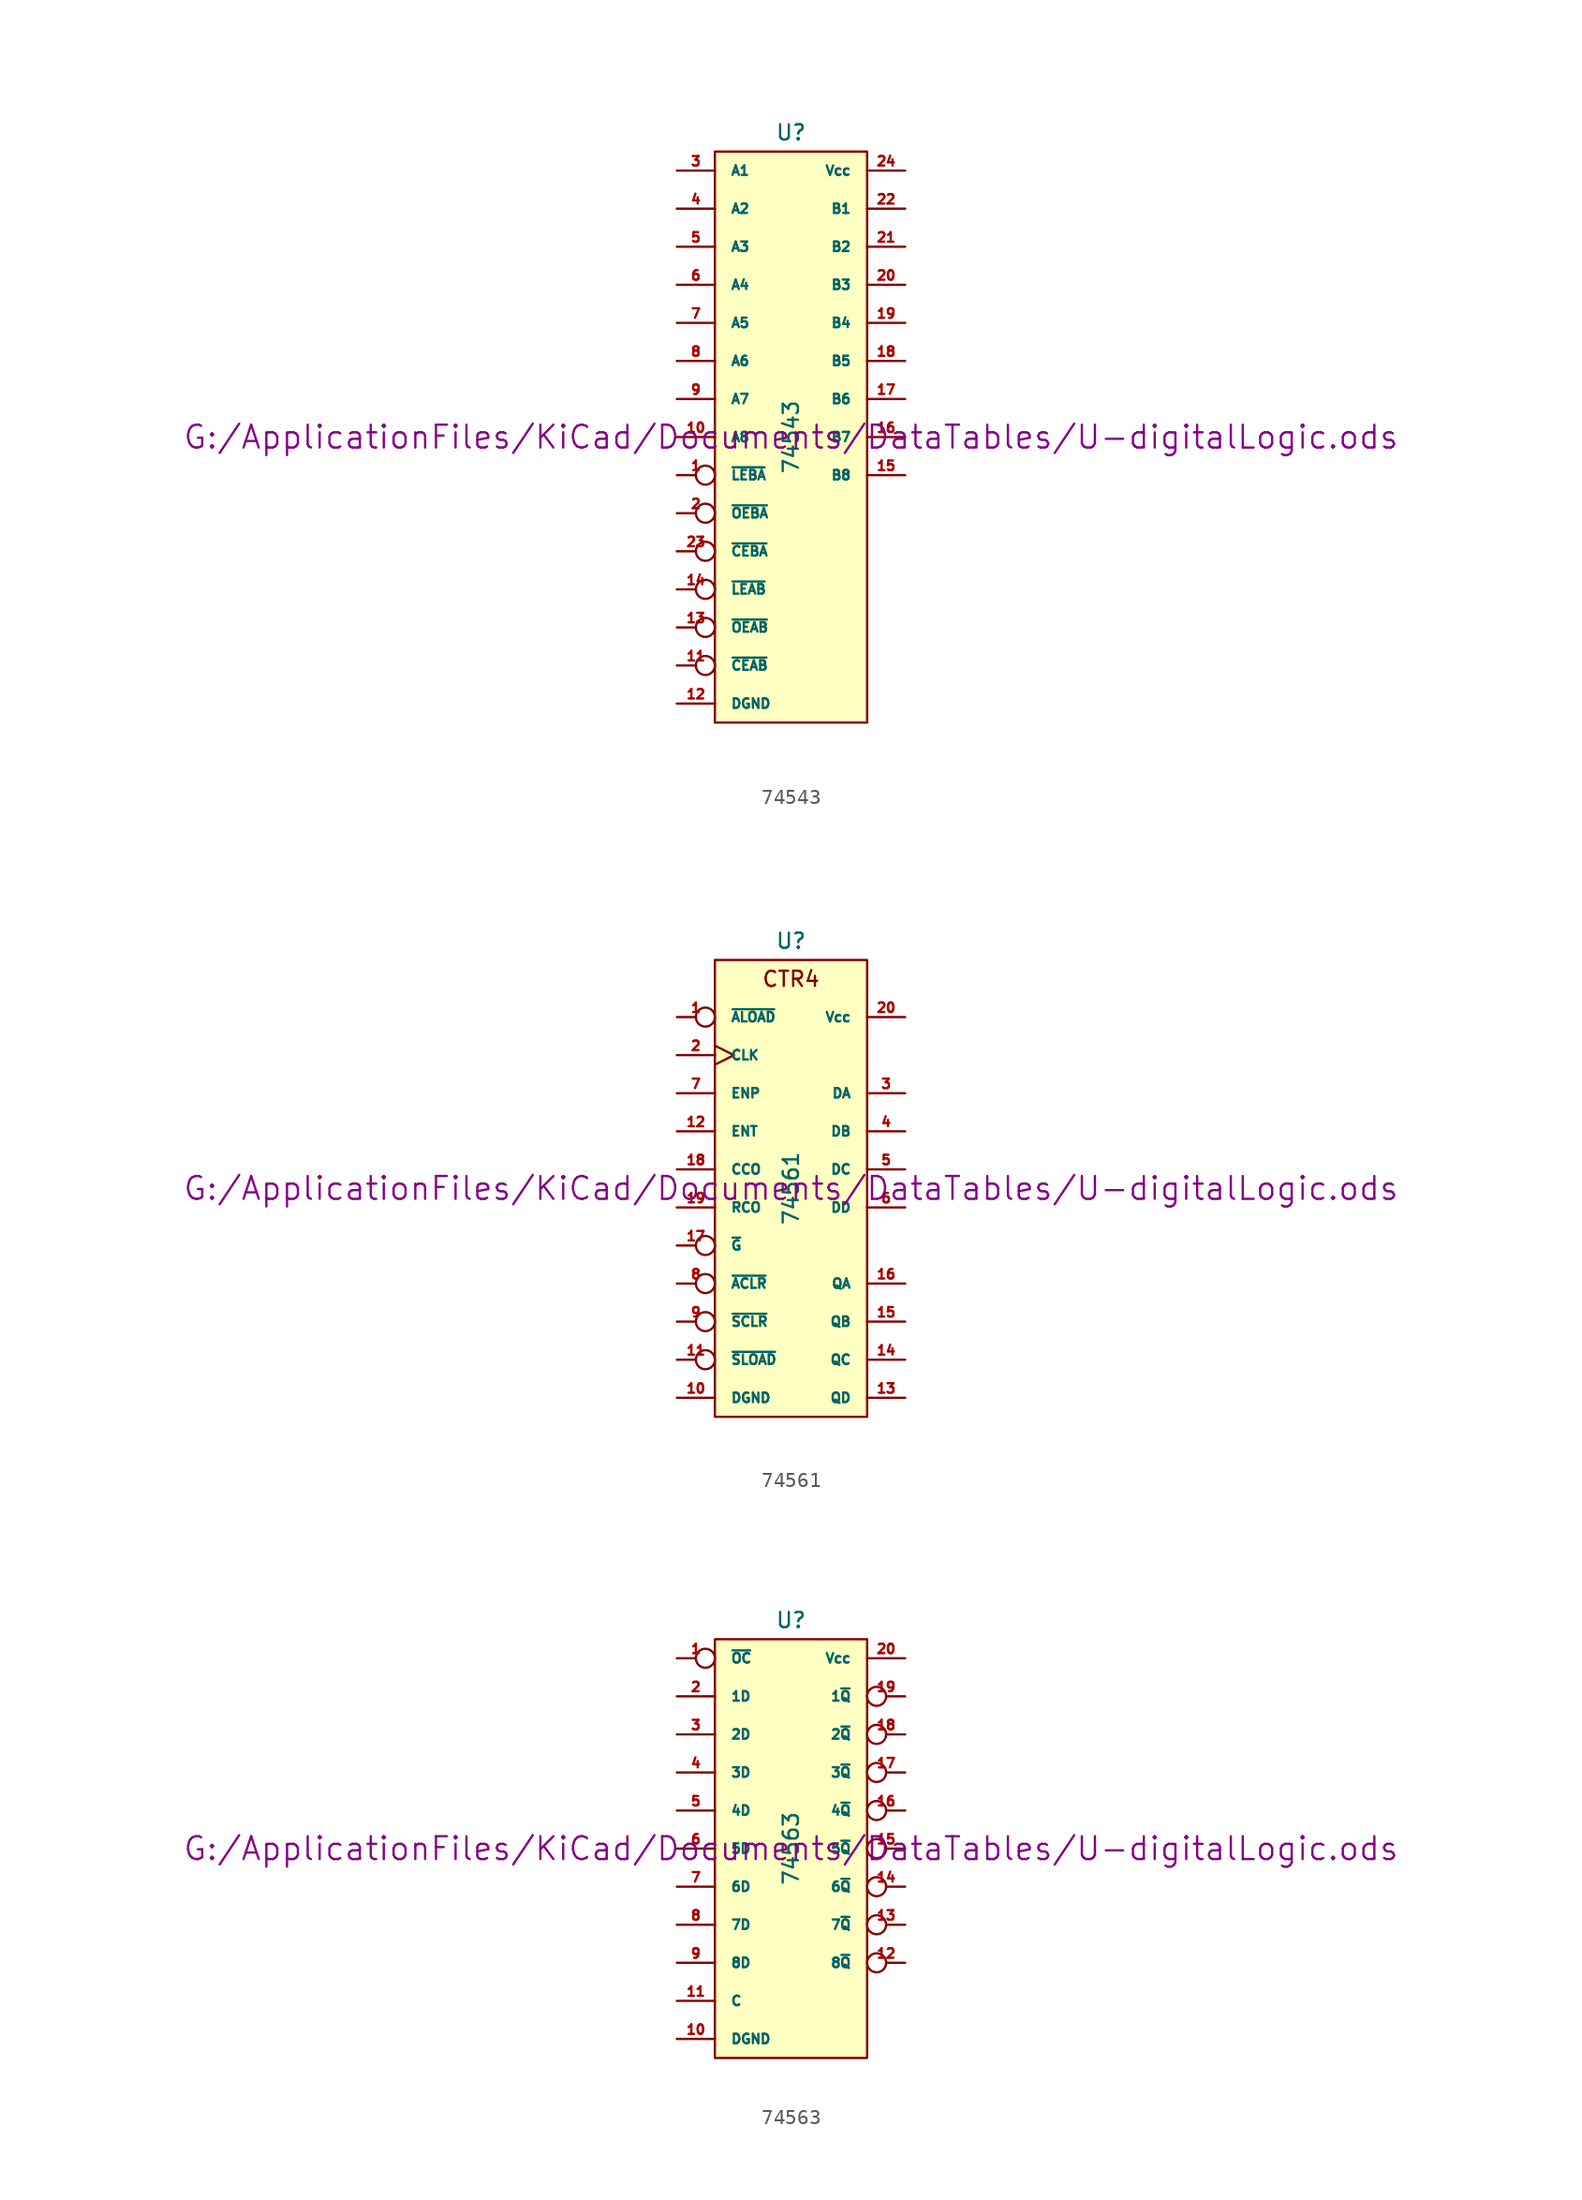
<source format=kicad_sym>
(kicad_symbol_lib
  (version 20211014)
  (generator kicad_symbol_editor)
  (symbol "74543"
    (pin_names
      (offset 1.016))
    (property "Reference" "U"
      (at 0 20.32 0)
      (effects (font (size 1.016 1.016))))
    (property "Value" "74543"
      (at 0 0 90)
      (effects (font (size 1.016 1.016))))
    (property "Footprint" ""
      (at 0 0 0)
      (effects (font (size 1.524 1.524))))
    (property "Datasheet" "G:/ApplicationFiles/KiCad/Documents/DataTables/U-digitalLogic.ods"
      (at 0 0 0)
      (effects (font (size 1.524 1.524))))
    (symbol "74543_0_1"
      (rectangle (start -5.08 19.05) (end 5.08 -19.05) (stroke (width 0) (type default) (color 0 0 0 0)) (fill (type background))))
    (symbol "74543_1_1"
      (pin input inverted (at -7.62 -2.54 0) (length 2.54) (name "~{LEBA}" (effects (font (size 0.635 0.635)))) (number "1" (effects (font (size 0.635 0.635)))))
      (pin tri_state line (at -7.62 0 0) (length 2.54) (name "A8" (effects (font (size 0.635 0.635)))) (number "10" (effects (font (size 0.635 0.635)))))
      (pin input inverted (at -7.62 -15.24 0) (length 2.54) (name "~{CEAB}" (effects (font (size 0.635 0.635)))) (number "11" (effects (font (size 0.635 0.635)))))
      (pin power_in line (at -7.62 -17.78 0) (length 2.54) (name "DGND" (effects (font (size 0.635 0.635)))) (number "12" (effects (font (size 0.635 0.635)))))
      (pin input inverted (at -7.62 -12.7 0) (length 2.54) (name "~{OEAB}" (effects (font (size 0.635 0.635)))) (number "13" (effects (font (size 0.635 0.635)))))
      (pin input inverted (at -7.62 -10.16 0) (length 2.54) (name "~{LEAB}" (effects (font (size 0.635 0.635)))) (number "14" (effects (font (size 0.635 0.635)))))
      (pin tri_state line (at 7.62 -2.54 180) (length 2.54) (name "B8" (effects (font (size 0.635 0.635)))) (number "15" (effects (font (size 0.635 0.635)))))
      (pin tri_state line (at 7.62 0 180) (length 2.54) (name "B7" (effects (font (size 0.635 0.635)))) (number "16" (effects (font (size 0.635 0.635)))))
      (pin tri_state line (at 7.62 2.54 180) (length 2.54) (name "B6" (effects (font (size 0.635 0.635)))) (number "17" (effects (font (size 0.635 0.635)))))
      (pin tri_state line (at 7.62 5.08 180) (length 2.54) (name "B5" (effects (font (size 0.635 0.635)))) (number "18" (effects (font (size 0.635 0.635)))))
      (pin tri_state line (at 7.62 7.62 180) (length 2.54) (name "B4" (effects (font (size 0.635 0.635)))) (number "19" (effects (font (size 0.635 0.635)))))
      (pin input inverted (at -7.62 -5.08 0) (length 2.54) (name "~{OEBA}" (effects (font (size 0.635 0.635)))) (number "2" (effects (font (size 0.635 0.635)))))
      (pin tri_state line (at 7.62 10.16 180) (length 2.54) (name "B3" (effects (font (size 0.635 0.635)))) (number "20" (effects (font (size 0.635 0.635)))))
      (pin tri_state line (at 7.62 12.7 180) (length 2.54) (name "B2" (effects (font (size 0.635 0.635)))) (number "21" (effects (font (size 0.635 0.635)))))
      (pin tri_state line (at 7.62 15.24 180) (length 2.54) (name "B1" (effects (font (size 0.635 0.635)))) (number "22" (effects (font (size 0.635 0.635)))))
      (pin input inverted (at -7.62 -7.62 0) (length 2.54) (name "~{CEBA}" (effects (font (size 0.635 0.635)))) (number "23" (effects (font (size 0.635 0.635)))))
      (pin power_in line (at 7.62 17.78 180) (length 2.54) (name "Vcc" (effects (font (size 0.635 0.635)))) (number "24" (effects (font (size 0.635 0.635)))))
      (pin tri_state line (at -7.62 17.78 0) (length 2.54) (name "A1" (effects (font (size 0.635 0.635)))) (number "3" (effects (font (size 0.635 0.635)))))
      (pin tri_state line (at -7.62 15.24 0) (length 2.54) (name "A2" (effects (font (size 0.635 0.635)))) (number "4" (effects (font (size 0.635 0.635)))))
      (pin tri_state line (at -7.62 12.7 0) (length 2.54) (name "A3" (effects (font (size 0.635 0.635)))) (number "5" (effects (font (size 0.635 0.635)))))
      (pin tri_state line (at -7.62 10.16 0) (length 2.54) (name "A4" (effects (font (size 0.635 0.635)))) (number "6" (effects (font (size 0.635 0.635)))))
      (pin tri_state line (at -7.62 7.62 0) (length 2.54) (name "A5" (effects (font (size 0.635 0.635)))) (number "7" (effects (font (size 0.635 0.635)))))
      (pin tri_state line (at -7.62 5.08 0) (length 2.54) (name "A6" (effects (font (size 0.635 0.635)))) (number "8" (effects (font (size 0.635 0.635)))))
      (pin tri_state line (at -7.62 2.54 0) (length 2.54) (name "A7" (effects (font (size 0.635 0.635)))) (number "9" (effects (font (size 0.635 0.635)))))))
  (symbol "74561"
    (pin_names
      (offset 1.016))
    (property "Reference" "U"
      (at 0 16.51 0)
      (effects (font (size 1.016 1.016))))
    (property "Value" "74561"
      (at 0 0 90)
      (effects (font (size 1.016 1.016))))
    (property "Footprint" ""
      (at 0 0 0)
      (effects (font (size 1.524 1.524))))
    (property "Datasheet" "G:/ApplicationFiles/KiCad/Documents/DataTables/U-digitalLogic.ods"
      (at 0 0 0)
      (effects (font (size 1.524 1.524))))
    (symbol "74561_0_0"
      (text "CTR4" (at 0 13.97 0) (effects (font (size 1.016 1.016)))))
    (symbol "74561_0_1"
      (rectangle (start -5.08 15.24) (end 5.08 -15.24) (stroke (width 0) (type default) (color 0 0 0 0)) (fill (type background))))
    (symbol "74561_1_1"
      (pin input inverted (at -7.62 11.43 0) (length 2.54) (name "~{ALOAD}" (effects (font (size 0.635 0.635)))) (number "1" (effects (font (size 0.635 0.635)))))
      (pin power_in line (at -7.62 -13.97 0) (length 2.54) (name "DGND" (effects (font (size 0.635 0.635)))) (number "10" (effects (font (size 0.635 0.635)))))
      (pin input inverted (at -7.62 -11.43 0) (length 2.54) (name "~{SLOAD}" (effects (font (size 0.635 0.635)))) (number "11" (effects (font (size 0.635 0.635)))))
      (pin input line (at -7.62 3.81 0) (length 2.54) (name "ENT" (effects (font (size 0.635 0.635)))) (number "12" (effects (font (size 0.635 0.635)))))
      (pin tri_state line (at 7.62 -13.97 180) (length 2.54) (name "QD" (effects (font (size 0.635 0.635)))) (number "13" (effects (font (size 0.635 0.635)))))
      (pin tri_state line (at 7.62 -11.43 180) (length 2.54) (name "QC" (effects (font (size 0.635 0.635)))) (number "14" (effects (font (size 0.635 0.635)))))
      (pin tri_state line (at 7.62 -8.89 180) (length 2.54) (name "QB" (effects (font (size 0.635 0.635)))) (number "15" (effects (font (size 0.635 0.635)))))
      (pin tri_state line (at 7.62 -6.35 180) (length 2.54) (name "QA" (effects (font (size 0.635 0.635)))) (number "16" (effects (font (size 0.635 0.635)))))
      (pin input inverted (at -7.62 -3.81 0) (length 2.54) (name "~{G}" (effects (font (size 0.635 0.635)))) (number "17" (effects (font (size 0.635 0.635)))))
      (pin input line (at -7.62 1.27 0) (length 2.54) (name "CCO" (effects (font (size 0.635 0.635)))) (number "18" (effects (font (size 0.635 0.635)))))
      (pin input line (at -7.62 -1.27 0) (length 2.54) (name "RCO" (effects (font (size 0.635 0.635)))) (number "19" (effects (font (size 0.635 0.635)))))
      (pin input clock (at -7.62 8.89 0) (length 2.54) (name "CLK" (effects (font (size 0.635 0.635)))) (number "2" (effects (font (size 0.635 0.635)))))
      (pin power_in line (at 7.62 11.43 180) (length 2.54) (name "Vcc" (effects (font (size 0.635 0.635)))) (number "20" (effects (font (size 0.635 0.635)))))
      (pin input line (at 7.62 6.35 180) (length 2.54) (name "DA" (effects (font (size 0.635 0.635)))) (number "3" (effects (font (size 0.635 0.635)))))
      (pin input line (at 7.62 3.81 180) (length 2.54) (name "DB" (effects (font (size 0.635 0.635)))) (number "4" (effects (font (size 0.635 0.635)))))
      (pin input line (at 7.62 1.27 180) (length 2.54) (name "DC" (effects (font (size 0.635 0.635)))) (number "5" (effects (font (size 0.635 0.635)))))
      (pin input line (at 7.62 -1.27 180) (length 2.54) (name "DD" (effects (font (size 0.635 0.635)))) (number "6" (effects (font (size 0.635 0.635)))))
      (pin input line (at -7.62 6.35 0) (length 2.54) (name "ENP" (effects (font (size 0.635 0.635)))) (number "7" (effects (font (size 0.635 0.635)))))
      (pin input inverted (at -7.62 -6.35 0) (length 2.54) (name "~{ACLR}" (effects (font (size 0.635 0.635)))) (number "8" (effects (font (size 0.635 0.635)))))
      (pin input inverted (at -7.62 -8.89 0) (length 2.54) (name "~{SCLR}" (effects (font (size 0.635 0.635)))) (number "9" (effects (font (size 0.635 0.635)))))))
  (symbol "74563"
    (pin_names
      (offset 1.016))
    (property "Reference" "U"
      (at 0 15.24 0)
      (effects (font (size 1.016 1.016))))
    (property "Value" "74563"
      (at 0 0 90)
      (effects (font (size 1.016 1.016))))
    (property "Footprint" ""
      (at 0 0 0)
      (effects (font (size 1.524 1.524))))
    (property "Datasheet" "G:/ApplicationFiles/KiCad/Documents/DataTables/U-digitalLogic.ods"
      (at 0 0 0)
      (effects (font (size 1.524 1.524))))
    (symbol "74563_0_1"
      (rectangle (start -5.08 13.97) (end 5.08 -13.97) (stroke (width 0) (type default) (color 0 0 0 0)) (fill (type background))))
    (symbol "74563_1_1"
      (pin input inverted (at -7.62 12.7 0) (length 2.54) (name "~{OC}" (effects (font (size 0.635 0.635)))) (number "1" (effects (font (size 0.635 0.635)))))
      (pin power_in line (at -7.62 -12.7 0) (length 2.54) (name "DGND" (effects (font (size 0.635 0.635)))) (number "10" (effects (font (size 0.635 0.635)))))
      (pin input line (at -7.62 -10.16 0) (length 2.54) (name "C" (effects (font (size 0.635 0.635)))) (number "11" (effects (font (size 0.635 0.635)))))
      (pin tri_state inverted (at 7.62 -7.62 180) (length 2.54) (name "8~{Q}" (effects (font (size 0.635 0.635)))) (number "12" (effects (font (size 0.635 0.635)))))
      (pin tri_state inverted (at 7.62 -5.08 180) (length 2.54) (name "7~{Q}" (effects (font (size 0.635 0.635)))) (number "13" (effects (font (size 0.635 0.635)))))
      (pin tri_state inverted (at 7.62 -2.54 180) (length 2.54) (name "6~{Q}" (effects (font (size 0.635 0.635)))) (number "14" (effects (font (size 0.635 0.635)))))
      (pin tri_state inverted (at 7.62 0 180) (length 2.54) (name "5~{Q}" (effects (font (size 0.635 0.635)))) (number "15" (effects (font (size 0.635 0.635)))))
      (pin tri_state inverted (at 7.62 2.54 180) (length 2.54) (name "4~{Q}" (effects (font (size 0.635 0.635)))) (number "16" (effects (font (size 0.635 0.635)))))
      (pin tri_state inverted (at 7.62 5.08 180) (length 2.54) (name "3~{Q}" (effects (font (size 0.635 0.635)))) (number "17" (effects (font (size 0.635 0.635)))))
      (pin tri_state inverted (at 7.62 7.62 180) (length 2.54) (name "2~{Q}" (effects (font (size 0.635 0.635)))) (number "18" (effects (font (size 0.635 0.635)))))
      (pin tri_state inverted (at 7.62 10.16 180) (length 2.54) (name "1~{Q}" (effects (font (size 0.635 0.635)))) (number "19" (effects (font (size 0.635 0.635)))))
      (pin input line (at -7.62 10.16 0) (length 2.54) (name "1D" (effects (font (size 0.635 0.635)))) (number "2" (effects (font (size 0.635 0.635)))))
      (pin power_in line (at 7.62 12.7 180) (length 2.54) (name "Vcc" (effects (font (size 0.635 0.635)))) (number "20" (effects (font (size 0.635 0.635)))))
      (pin input line (at -7.62 7.62 0) (length 2.54) (name "2D" (effects (font (size 0.635 0.635)))) (number "3" (effects (font (size 0.635 0.635)))))
      (pin input line (at -7.62 5.08 0) (length 2.54) (name "3D" (effects (font (size 0.635 0.635)))) (number "4" (effects (font (size 0.635 0.635)))))
      (pin input line (at -7.62 2.54 0) (length 2.54) (name "4D" (effects (font (size 0.635 0.635)))) (number "5" (effects (font (size 0.635 0.635)))))
      (pin input line (at -7.62 0 0) (length 2.54) (name "5D" (effects (font (size 0.635 0.635)))) (number "6" (effects (font (size 0.635 0.635)))))
      (pin input line (at -7.62 -2.54 0) (length 2.54) (name "6D" (effects (font (size 0.635 0.635)))) (number "7" (effects (font (size 0.635 0.635)))))
      (pin input line (at -7.62 -5.08 0) (length 2.54) (name "7D" (effects (font (size 0.635 0.635)))) (number "8" (effects (font (size 0.635 0.635)))))
      (pin input line (at -7.62 -7.62 0) (length 2.54) (name "8D" (effects (font (size 0.635 0.635)))) (number "9" (effects (font (size 0.635 0.635))))))))
</source>
